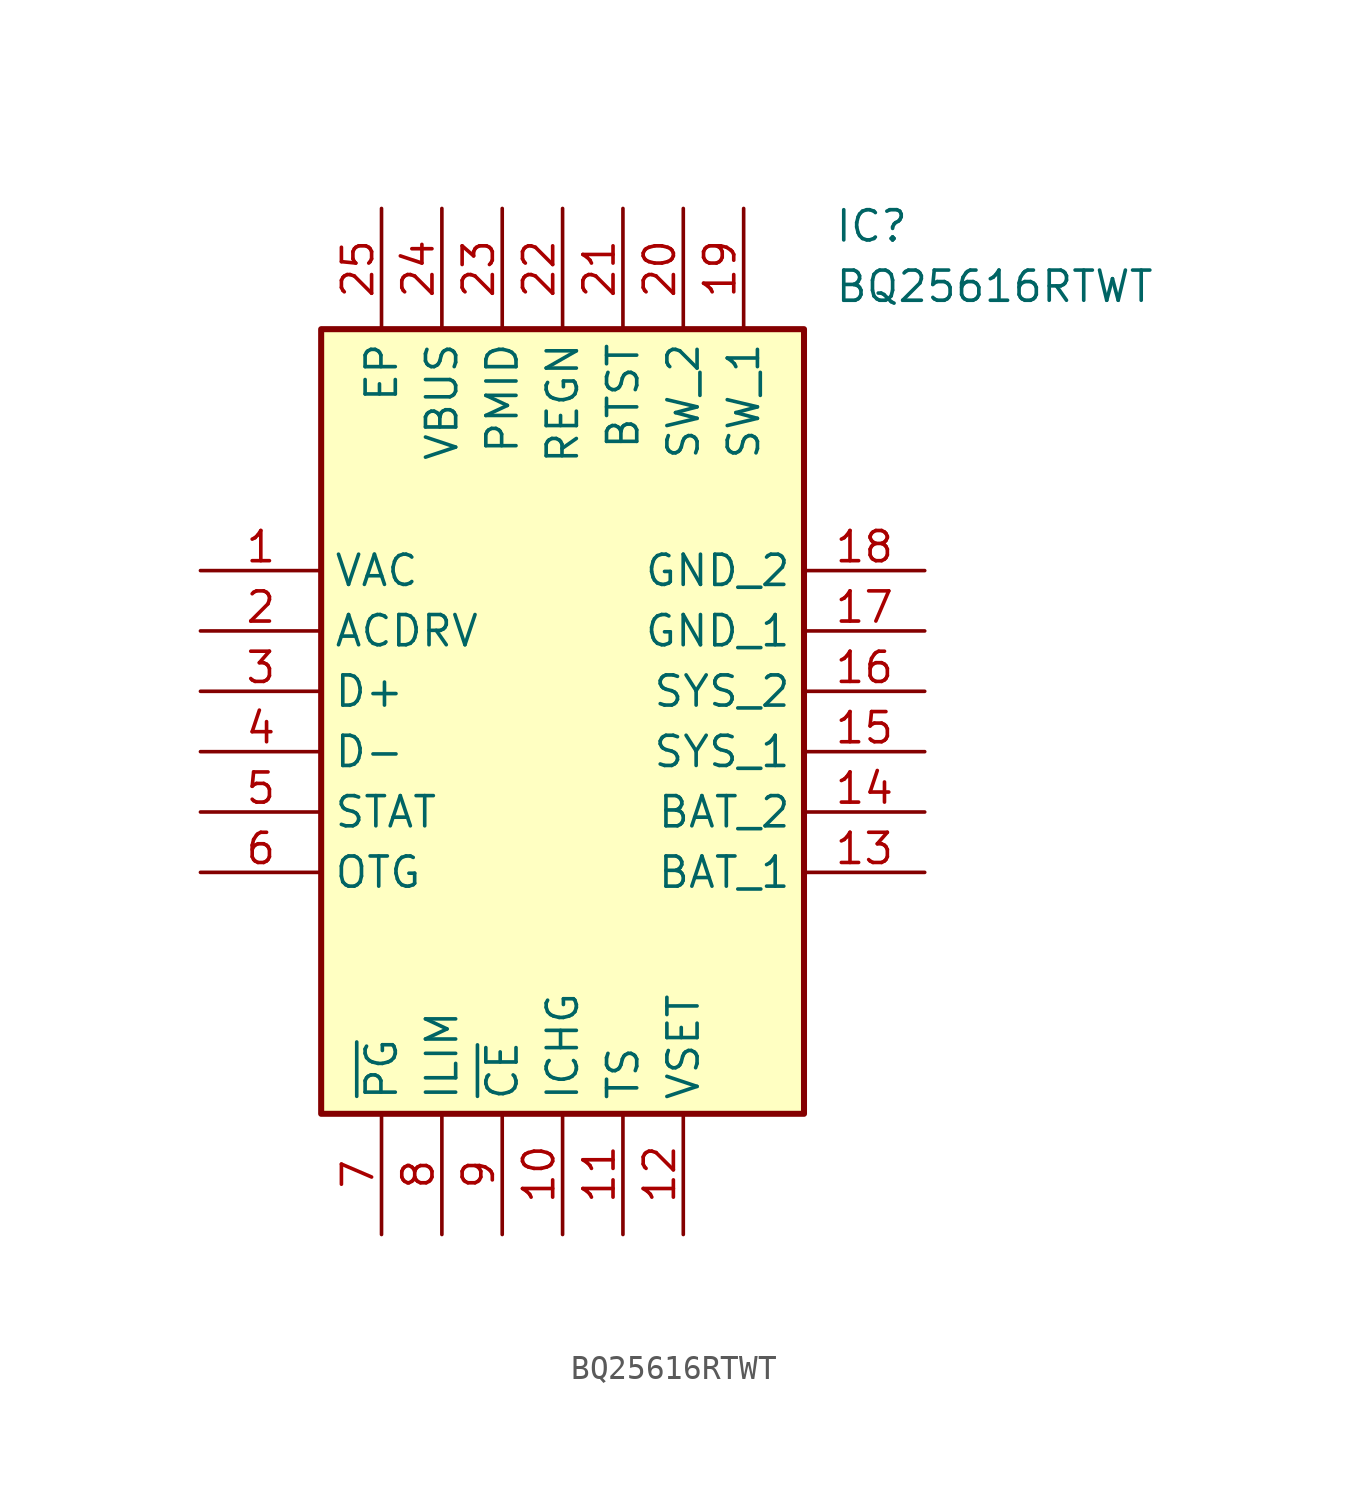
<source format=kicad_sym>
(kicad_symbol_lib
  (version 20211014)
  (generator SamacSys_ECAD_Model)
  (symbol "BQ25616RTWT"
    (property "Reference" "IC"
      (at 26.67 15.24 0)
      (effects (font (size 1.27 1.27)) (justify left top)))
    (property "Value" "BQ25616RTWT"
      (at 26.67 12.7 0)
      (effects (font (size 1.27 1.27)) (justify left top)))
    (rectangle
      (start 5.08 10.16)
      (end 25.4 -22.86)
      (stroke (width 0.254) (type default))
      (fill (type background)))
    (pin passive line
      (at 0 0 0)
      (length 5.08)
      (name "VAC" (effects (font (size 1.27 1.27))))
      (number "1" (effects (font (size 1.27 1.27)))))
    (pin passive line
      (at 0 -2.54 0)
      (length 5.08)
      (name "ACDRV" (effects (font (size 1.27 1.27))))
      (number "2" (effects (font (size 1.27 1.27)))))
    (pin passive line
      (at 0 -5.08 0)
      (length 5.08)
      (name "D+" (effects (font (size 1.27 1.27))))
      (number "3" (effects (font (size 1.27 1.27)))))
    (pin passive line
      (at 0 -7.62 0)
      (length 5.08)
      (name "D-" (effects (font (size 1.27 1.27))))
      (number "4" (effects (font (size 1.27 1.27)))))
    (pin passive line
      (at 0 -10.16 0)
      (length 5.08)
      (name "STAT" (effects (font (size 1.27 1.27))))
      (number "5" (effects (font (size 1.27 1.27)))))
    (pin passive line
      (at 0 -12.7 0)
      (length 5.08)
      (name "OTG" (effects (font (size 1.27 1.27))))
      (number "6" (effects (font (size 1.27 1.27)))))
    (pin passive line
      (at 7.62 -27.94 90)
      (length 5.08)
      (name "~{PG}" (effects (font (size 1.27 1.27))))
      (number "7" (effects (font (size 1.27 1.27)))))
    (pin passive line
      (at 10.16 -27.94 90)
      (length 5.08)
      (name "ILIM" (effects (font (size 1.27 1.27))))
      (number "8" (effects (font (size 1.27 1.27)))))
    (pin passive line
      (at 12.7 -27.94 90)
      (length 5.08)
      (name "~{CE}" (effects (font (size 1.27 1.27))))
      (number "9" (effects (font (size 1.27 1.27)))))
    (pin passive line
      (at 15.24 -27.94 90)
      (length 5.08)
      (name "ICHG" (effects (font (size 1.27 1.27))))
      (number "10" (effects (font (size 1.27 1.27)))))
    (pin passive line
      (at 17.78 -27.94 90)
      (length 5.08)
      (name "TS" (effects (font (size 1.27 1.27))))
      (number "11" (effects (font (size 1.27 1.27)))))
    (pin passive line
      (at 20.32 -27.94 90)
      (length 5.08)
      (name "VSET" (effects (font (size 1.27 1.27))))
      (number "12" (effects (font (size 1.27 1.27)))))
    (pin passive line
      (at 30.48 0 180)
      (length 5.08)
      (name "GND_2" (effects (font (size 1.27 1.27))))
      (number "18" (effects (font (size 1.27 1.27)))))
    (pin passive line
      (at 30.48 -2.54 180)
      (length 5.08)
      (name "GND_1" (effects (font (size 1.27 1.27))))
      (number "17" (effects (font (size 1.27 1.27)))))
    (pin passive line
      (at 30.48 -5.08 180)
      (length 5.08)
      (name "SYS_2" (effects (font (size 1.27 1.27))))
      (number "16" (effects (font (size 1.27 1.27)))))
    (pin passive line
      (at 30.48 -7.62 180)
      (length 5.08)
      (name "SYS_1" (effects (font (size 1.27 1.27))))
      (number "15" (effects (font (size 1.27 1.27)))))
    (pin passive line
      (at 30.48 -10.16 180)
      (length 5.08)
      (name "BAT_2" (effects (font (size 1.27 1.27))))
      (number "14" (effects (font (size 1.27 1.27)))))
    (pin passive line
      (at 30.48 -12.7 180)
      (length 5.08)
      (name "BAT_1" (effects (font (size 1.27 1.27))))
      (number "13" (effects (font (size 1.27 1.27)))))
    (pin passive line
      (at 7.62 15.24 270)
      (length 5.08)
      (name "EP" (effects (font (size 1.27 1.27))))
      (number "25" (effects (font (size 1.27 1.27)))))
    (pin passive line
      (at 10.16 15.24 270)
      (length 5.08)
      (name "VBUS" (effects (font (size 1.27 1.27))))
      (number "24" (effects (font (size 1.27 1.27)))))
    (pin passive line
      (at 12.7 15.24 270)
      (length 5.08)
      (name "PMID" (effects (font (size 1.27 1.27))))
      (number "23" (effects (font (size 1.27 1.27)))))
    (pin passive line
      (at 15.24 15.24 270)
      (length 5.08)
      (name "REGN" (effects (font (size 1.27 1.27))))
      (number "22" (effects (font (size 1.27 1.27)))))
    (pin passive line
      (at 17.78 15.24 270)
      (length 5.08)
      (name "BTST" (effects (font (size 1.27 1.27))))
      (number "21" (effects (font (size 1.27 1.27)))))
    (pin passive line
      (at 20.32 15.24 270)
      (length 5.08)
      (name "SW_2" (effects (font (size 1.27 1.27))))
      (number "20" (effects (font (size 1.27 1.27)))))
    (pin passive line
      (at 22.86 15.24 270)
      (length 5.08)
      (name "SW_1" (effects (font (size 1.27 1.27))))
      (number "19" (effects (font (size 1.27 1.27)))))))
</source>
